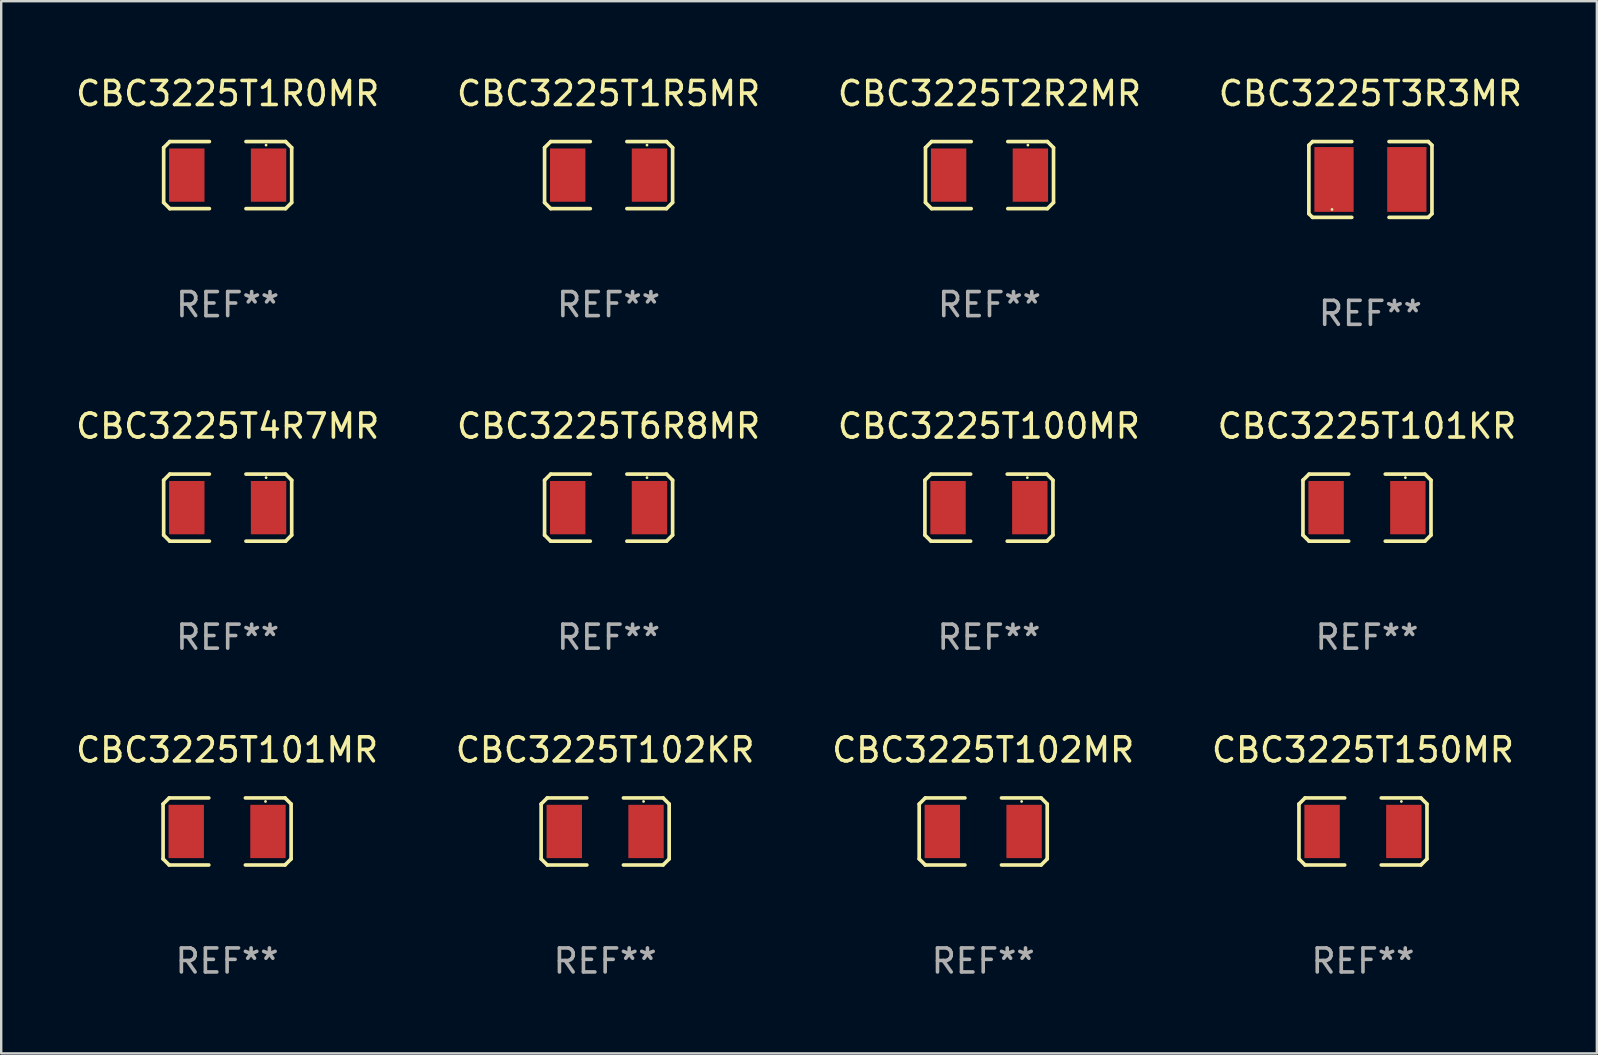
<source format=kicad_pcb>
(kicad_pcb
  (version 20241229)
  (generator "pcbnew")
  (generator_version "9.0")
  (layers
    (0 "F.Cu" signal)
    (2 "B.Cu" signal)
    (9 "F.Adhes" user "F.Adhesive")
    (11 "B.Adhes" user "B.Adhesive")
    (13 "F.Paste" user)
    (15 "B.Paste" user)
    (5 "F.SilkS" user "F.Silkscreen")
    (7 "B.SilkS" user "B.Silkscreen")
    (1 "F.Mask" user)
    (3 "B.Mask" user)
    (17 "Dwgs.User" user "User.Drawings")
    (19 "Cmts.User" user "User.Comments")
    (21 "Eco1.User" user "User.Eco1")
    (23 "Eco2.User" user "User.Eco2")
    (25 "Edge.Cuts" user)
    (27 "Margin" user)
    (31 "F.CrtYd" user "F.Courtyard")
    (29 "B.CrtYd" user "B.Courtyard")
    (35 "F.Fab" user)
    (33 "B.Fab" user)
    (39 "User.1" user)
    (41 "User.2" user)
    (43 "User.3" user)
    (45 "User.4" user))
  (footprint "CBC3225T4R7MR"
    (layer "F.Cu")
    (at 6.435 18.099)
    (property "Reference" "CBC3225T4R7MR" (at 0 -3.397 0) (layer "F.SilkS") (effects (font (size 1 1) (thickness 0.15))))
    (attr through_hole)
    (fp_line (start -2.667 -1.143) (end -2.413 -1.397) (stroke (width 0.152) (type solid)) (layer "F.SilkS"))
    (fp_line (start -2.667 1.143) (end -2.667 -1.143) (stroke (width 0.152) (type solid)) (layer "F.SilkS"))
    (fp_line (start -2.413 -1.397) (end -0.762 -1.397) (stroke (width 0.152) (type solid)) (layer "F.SilkS"))
    (fp_line (start -2.413 1.397) (end -2.667 1.143) (stroke (width 0.152) (type solid)) (layer "F.SilkS"))
    (fp_line (start -0.762 1.397) (end -2.413 1.397) (stroke (width 0.152) (type solid)) (layer "F.SilkS"))
    (fp_line (start 0.762 -1.397) (end 2.413 -1.397) (stroke (width 0.152) (type solid)) (layer "F.SilkS"))
    (fp_line (start 2.413 -1.397) (end 2.667 -1.143) (stroke (width 0.152) (type solid)) (layer "F.SilkS"))
    (fp_line (start 2.413 1.397) (end 0.762 1.397) (stroke (width 0.152) (type solid)) (layer "F.SilkS"))
    (fp_line (start 2.667 -1.143) (end 2.667 1.143) (stroke (width 0.152) (type solid)) (layer "F.SilkS"))
    (fp_line (start 2.667 1.143) (end 2.413 1.397) (stroke (width 0.152) (type solid)) (layer "F.SilkS"))
    (fp_circle (center 1.6 -1.25) (end 1.63 -1.25) (stroke (width 0.06) (type solid)) (fill no) (layer "F.SilkS"))
    (fp_text user "REF**" (at 0 5.397 0) (layer "F.Fab") (effects (font (size 1 1) (thickness 0.15))))
    (pad "1" smd rect (at 1.703 0) (size 1.474 2.22) (layers "F.Cu" "F.Mask" "F.Paste"))
    (pad "2" smd rect (at -1.703 0) (size 1.474 2.22) (layers "F.Cu" "F.Mask" "F.Paste")))
  (footprint "CBC3225T102MR"
    (layer "F.Cu")
    (at 37.911 31.589)
    (property "Reference" "CBC3225T102MR" (at 0 -3.397 0) (layer "F.SilkS") (effects (font (size 1 1) (thickness 0.15))))
    (attr through_hole)
    (fp_line (start -2.667 -1.143) (end -2.413 -1.397) (stroke (width 0.152) (type solid)) (layer "F.SilkS"))
    (fp_line (start -2.667 1.143) (end -2.667 -1.143) (stroke (width 0.152) (type solid)) (layer "F.SilkS"))
    (fp_line (start -2.413 -1.397) (end -0.762 -1.397) (stroke (width 0.152) (type solid)) (layer "F.SilkS"))
    (fp_line (start -2.413 1.397) (end -2.667 1.143) (stroke (width 0.152) (type solid)) (layer "F.SilkS"))
    (fp_line (start -0.762 1.397) (end -2.413 1.397) (stroke (width 0.152) (type solid)) (layer "F.SilkS"))
    (fp_line (start 0.762 -1.397) (end 2.413 -1.397) (stroke (width 0.152) (type solid)) (layer "F.SilkS"))
    (fp_line (start 2.413 -1.397) (end 2.667 -1.143) (stroke (width 0.152) (type solid)) (layer "F.SilkS"))
    (fp_line (start 2.413 1.397) (end 0.762 1.397) (stroke (width 0.152) (type solid)) (layer "F.SilkS"))
    (fp_line (start 2.667 -1.143) (end 2.667 1.143) (stroke (width 0.152) (type solid)) (layer "F.SilkS"))
    (fp_line (start 2.667 1.143) (end 2.413 1.397) (stroke (width 0.152) (type solid)) (layer "F.SilkS"))
    (fp_circle (center 1.6 -1.25) (end 1.63 -1.25) (stroke (width 0.06) (type solid)) (fill no) (layer "F.SilkS"))
    (fp_text user "REF**" (at 0 5.397 0) (layer "F.Fab") (effects (font (size 1 1) (thickness 0.15))))
    (pad "1" smd rect (at 1.703 0) (size 1.474 2.22) (layers "F.Cu" "F.Mask" "F.Paste"))
    (pad "2" smd rect (at -1.703 0) (size 1.474 2.22) (layers "F.Cu" "F.Mask" "F.Paste")))
  (footprint "CBC3225T1R5MR"
    (layer "F.Cu")
    (at 22.304 4.245)
    (property "Reference" "CBC3225T1R5MR" (at 0 -3.397 0) (layer "F.SilkS") (effects (font (size 1 1) (thickness 0.15))))
    (attr through_hole)
    (fp_line (start -2.667 -1.143) (end -2.413 -1.397) (stroke (width 0.152) (type solid)) (layer "F.SilkS"))
    (fp_line (start -2.667 1.143) (end -2.667 -1.143) (stroke (width 0.152) (type solid)) (layer "F.SilkS"))
    (fp_line (start -2.413 -1.397) (end -0.762 -1.397) (stroke (width 0.152) (type solid)) (layer "F.SilkS"))
    (fp_line (start -2.413 1.397) (end -2.667 1.143) (stroke (width 0.152) (type solid)) (layer "F.SilkS"))
    (fp_line (start -0.762 1.397) (end -2.413 1.397) (stroke (width 0.152) (type solid)) (layer "F.SilkS"))
    (fp_line (start 0.762 -1.397) (end 2.413 -1.397) (stroke (width 0.152) (type solid)) (layer "F.SilkS"))
    (fp_line (start 2.413 -1.397) (end 2.667 -1.143) (stroke (width 0.152) (type solid)) (layer "F.SilkS"))
    (fp_line (start 2.413 1.397) (end 0.762 1.397) (stroke (width 0.152) (type solid)) (layer "F.SilkS"))
    (fp_line (start 2.667 -1.143) (end 2.667 1.143) (stroke (width 0.152) (type solid)) (layer "F.SilkS"))
    (fp_line (start 2.667 1.143) (end 2.413 1.397) (stroke (width 0.152) (type solid)) (layer "F.SilkS"))
    (fp_circle (center 1.6 -1.25) (end 1.63 -1.25) (stroke (width 0.06) (type solid)) (fill no) (layer "F.SilkS"))
    (fp_text user "REF**" (at 0 5.397 0) (layer "F.Fab") (effects (font (size 1 1) (thickness 0.15))))
    (pad "1" smd rect (at 1.703 0) (size 1.474 2.22) (layers "F.Cu" "F.Mask" "F.Paste"))
    (pad "2" smd rect (at -1.703 0) (size 1.474 2.22) (layers "F.Cu" "F.Mask" "F.Paste")))
  (footprint "CBC3225T150MR"
    (layer "F.Cu")
    (at 53.732 31.589)
    (property "Reference" "CBC3225T150MR" (at 0 -3.397 0) (layer "F.SilkS") (effects (font (size 1 1) (thickness 0.15))))
    (attr through_hole)
    (fp_line (start -2.667 -1.143) (end -2.413 -1.397) (stroke (width 0.152) (type solid)) (layer "F.SilkS"))
    (fp_line (start -2.667 1.143) (end -2.667 -1.143) (stroke (width 0.152) (type solid)) (layer "F.SilkS"))
    (fp_line (start -2.413 -1.397) (end -0.762 -1.397) (stroke (width 0.152) (type solid)) (layer "F.SilkS"))
    (fp_line (start -2.413 1.397) (end -2.667 1.143) (stroke (width 0.152) (type solid)) (layer "F.SilkS"))
    (fp_line (start -0.762 1.397) (end -2.413 1.397) (stroke (width 0.152) (type solid)) (layer "F.SilkS"))
    (fp_line (start 0.762 -1.397) (end 2.413 -1.397) (stroke (width 0.152) (type solid)) (layer "F.SilkS"))
    (fp_line (start 2.413 -1.397) (end 2.667 -1.143) (stroke (width 0.152) (type solid)) (layer "F.SilkS"))
    (fp_line (start 2.413 1.397) (end 0.762 1.397) (stroke (width 0.152) (type solid)) (layer "F.SilkS"))
    (fp_line (start 2.667 -1.143) (end 2.667 1.143) (stroke (width 0.152) (type solid)) (layer "F.SilkS"))
    (fp_line (start 2.667 1.143) (end 2.413 1.397) (stroke (width 0.152) (type solid)) (layer "F.SilkS"))
    (fp_circle (center 1.6 -1.25) (end 1.63 -1.25) (stroke (width 0.06) (type solid)) (fill no) (layer "F.SilkS"))
    (fp_text user "REF**" (at 0 5.397 0) (layer "F.Fab") (effects (font (size 1 1) (thickness 0.15))))
    (pad "1" smd rect (at 1.703 0) (size 1.474 2.22) (layers "F.Cu" "F.Mask" "F.Paste"))
    (pad "2" smd rect (at -1.703 0) (size 1.474 2.22) (layers "F.Cu" "F.Mask" "F.Paste")))
  (footprint "CBC3225T2R2MR"
    (layer "F.Cu")
    (at 38.173 4.245)
    (property "Reference" "CBC3225T2R2MR" (at 0 -3.397 0) (layer "F.SilkS") (effects (font (size 1 1) (thickness 0.15))))
    (attr through_hole)
    (fp_line (start -2.667 -1.143) (end -2.413 -1.397) (stroke (width 0.152) (type solid)) (layer "F.SilkS"))
    (fp_line (start -2.667 1.143) (end -2.667 -1.143) (stroke (width 0.152) (type solid)) (layer "F.SilkS"))
    (fp_line (start -2.413 -1.397) (end -0.762 -1.397) (stroke (width 0.152) (type solid)) (layer "F.SilkS"))
    (fp_line (start -2.413 1.397) (end -2.667 1.143) (stroke (width 0.152) (type solid)) (layer "F.SilkS"))
    (fp_line (start -0.762 1.397) (end -2.413 1.397) (stroke (width 0.152) (type solid)) (layer "F.SilkS"))
    (fp_line (start 0.762 -1.397) (end 2.413 -1.397) (stroke (width 0.152) (type solid)) (layer "F.SilkS"))
    (fp_line (start 2.413 -1.397) (end 2.667 -1.143) (stroke (width 0.152) (type solid)) (layer "F.SilkS"))
    (fp_line (start 2.413 1.397) (end 0.762 1.397) (stroke (width 0.152) (type solid)) (layer "F.SilkS"))
    (fp_line (start 2.667 -1.143) (end 2.667 1.143) (stroke (width 0.152) (type solid)) (layer "F.SilkS"))
    (fp_line (start 2.667 1.143) (end 2.413 1.397) (stroke (width 0.152) (type solid)) (layer "F.SilkS"))
    (fp_circle (center 1.6 -1.25) (end 1.63 -1.25) (stroke (width 0.06) (type solid)) (fill no) (layer "F.SilkS"))
    (fp_text user "REF**" (at 0 5.397 0) (layer "F.Fab") (effects (font (size 1 1) (thickness 0.15))))
    (pad "1" smd rect (at 1.703 0) (size 1.474 2.22) (layers "F.Cu" "F.Mask" "F.Paste"))
    (pad "2" smd rect (at -1.703 0) (size 1.474 2.22) (layers "F.Cu" "F.Mask" "F.Paste")))
  (footprint "CBC3225T101KR"
    (layer "F.Cu")
    (at 53.899 18.099)
    (property "Reference" "CBC3225T101KR" (at 0 -3.397 0) (layer "F.SilkS") (effects (font (size 1 1) (thickness 0.15))))
    (attr through_hole)
    (fp_line (start -2.667 -1.143) (end -2.413 -1.397) (stroke (width 0.152) (type solid)) (layer "F.SilkS"))
    (fp_line (start -2.667 1.143) (end -2.667 -1.143) (stroke (width 0.152) (type solid)) (layer "F.SilkS"))
    (fp_line (start -2.413 -1.397) (end -0.762 -1.397) (stroke (width 0.152) (type solid)) (layer "F.SilkS"))
    (fp_line (start -2.413 1.397) (end -2.667 1.143) (stroke (width 0.152) (type solid)) (layer "F.SilkS"))
    (fp_line (start -0.762 1.397) (end -2.413 1.397) (stroke (width 0.152) (type solid)) (layer "F.SilkS"))
    (fp_line (start 0.762 -1.397) (end 2.413 -1.397) (stroke (width 0.152) (type solid)) (layer "F.SilkS"))
    (fp_line (start 2.413 -1.397) (end 2.667 -1.143) (stroke (width 0.152) (type solid)) (layer "F.SilkS"))
    (fp_line (start 2.413 1.397) (end 0.762 1.397) (stroke (width 0.152) (type solid)) (layer "F.SilkS"))
    (fp_line (start 2.667 -1.143) (end 2.667 1.143) (stroke (width 0.152) (type solid)) (layer "F.SilkS"))
    (fp_line (start 2.667 1.143) (end 2.413 1.397) (stroke (width 0.152) (type solid)) (layer "F.SilkS"))
    (fp_circle (center 1.6 -1.25) (end 1.63 -1.25) (stroke (width 0.06) (type solid)) (fill no) (layer "F.SilkS"))
    (fp_text user "REF**" (at 0 5.397 0) (layer "F.Fab") (effects (font (size 1 1) (thickness 0.15))))
    (pad "1" smd rect (at 1.703 0) (size 1.474 2.22) (layers "F.Cu" "F.Mask" "F.Paste"))
    (pad "2" smd rect (at -1.703 0) (size 1.474 2.22) (layers "F.Cu" "F.Mask" "F.Paste")))
  (footprint "CBC3225T102KR"
    (layer "F.Cu")
    (at 22.161 31.589)
    (property "Reference" "CBC3225T102KR" (at 0 -3.397 0) (layer "F.SilkS") (effects (font (size 1 1) (thickness 0.15))))
    (attr through_hole)
    (fp_line (start -2.667 -1.143) (end -2.413 -1.397) (stroke (width 0.152) (type solid)) (layer "F.SilkS"))
    (fp_line (start -2.667 1.143) (end -2.667 -1.143) (stroke (width 0.152) (type solid)) (layer "F.SilkS"))
    (fp_line (start -2.413 -1.397) (end -0.762 -1.397) (stroke (width 0.152) (type solid)) (layer "F.SilkS"))
    (fp_line (start -2.413 1.397) (end -2.667 1.143) (stroke (width 0.152) (type solid)) (layer "F.SilkS"))
    (fp_line (start -0.762 1.397) (end -2.413 1.397) (stroke (width 0.152) (type solid)) (layer "F.SilkS"))
    (fp_line (start 0.762 -1.397) (end 2.413 -1.397) (stroke (width 0.152) (type solid)) (layer "F.SilkS"))
    (fp_line (start 2.413 -1.397) (end 2.667 -1.143) (stroke (width 0.152) (type solid)) (layer "F.SilkS"))
    (fp_line (start 2.413 1.397) (end 0.762 1.397) (stroke (width 0.152) (type solid)) (layer "F.SilkS"))
    (fp_line (start 2.667 -1.143) (end 2.667 1.143) (stroke (width 0.152) (type solid)) (layer "F.SilkS"))
    (fp_line (start 2.667 1.143) (end 2.413 1.397) (stroke (width 0.152) (type solid)) (layer "F.SilkS"))
    (fp_circle (center 1.6 -1.25) (end 1.63 -1.25) (stroke (width 0.06) (type solid)) (fill no) (layer "F.SilkS"))
    (fp_text user "REF**" (at 0 5.397 0) (layer "F.Fab") (effects (font (size 1 1) (thickness 0.15))))
    (pad "1" smd rect (at 1.703 0) (size 1.474 2.22) (layers "F.Cu" "F.Mask" "F.Paste"))
    (pad "2" smd rect (at -1.703 0) (size 1.474 2.22) (layers "F.Cu" "F.Mask" "F.Paste")))
  (footprint "CBC3225T1R0MR"
    (layer "F.Cu")
    (at 6.435 4.245)
    (property "Reference" "CBC3225T1R0MR" (at 0 -3.397 0) (layer "F.SilkS") (effects (font (size 1 1) (thickness 0.15))))
    (attr through_hole)
    (fp_line (start -2.667 -1.143) (end -2.413 -1.397) (stroke (width 0.152) (type solid)) (layer "F.SilkS"))
    (fp_line (start -2.667 1.143) (end -2.667 -1.143) (stroke (width 0.152) (type solid)) (layer "F.SilkS"))
    (fp_line (start -2.413 -1.397) (end -0.762 -1.397) (stroke (width 0.152) (type solid)) (layer "F.SilkS"))
    (fp_line (start -2.413 1.397) (end -2.667 1.143) (stroke (width 0.152) (type solid)) (layer "F.SilkS"))
    (fp_line (start -0.762 1.397) (end -2.413 1.397) (stroke (width 0.152) (type solid)) (layer "F.SilkS"))
    (fp_line (start 0.762 -1.397) (end 2.413 -1.397) (stroke (width 0.152) (type solid)) (layer "F.SilkS"))
    (fp_line (start 2.413 -1.397) (end 2.667 -1.143) (stroke (width 0.152) (type solid)) (layer "F.SilkS"))
    (fp_line (start 2.413 1.397) (end 0.762 1.397) (stroke (width 0.152) (type solid)) (layer "F.SilkS"))
    (fp_line (start 2.667 -1.143) (end 2.667 1.143) (stroke (width 0.152) (type solid)) (layer "F.SilkS"))
    (fp_line (start 2.667 1.143) (end 2.413 1.397) (stroke (width 0.152) (type solid)) (layer "F.SilkS"))
    (fp_circle (center 1.6 -1.25) (end 1.63 -1.25) (stroke (width 0.06) (type solid)) (fill no) (layer "F.SilkS"))
    (fp_text user "REF**" (at 0 5.397 0) (layer "F.Fab") (effects (font (size 1 1) (thickness 0.15))))
    (pad "1" smd rect (at 1.703 0) (size 1.474 2.22) (layers "F.Cu" "F.Mask" "F.Paste"))
    (pad "2" smd rect (at -1.703 0) (size 1.474 2.22) (layers "F.Cu" "F.Mask" "F.Paste")))
  (footprint "CBC3225T3R3MR"
    (layer "F.Cu")
    (at 54.042 4.427)
    (property "Reference" "CBC3225T3R3MR" (at 0 -3.579 0) (layer "F.SilkS") (effects (font (size 1 1) (thickness 0.15))))
    (attr through_hole)
    (fp_line (start -2.564 -1.426) (end -2.564 1.426) (stroke (width 0.152) (type solid)) (layer "F.SilkS"))
    (fp_line (start -2.564 1.426) (end -2.411 1.579) (stroke (width 0.152) (type solid)) (layer "F.SilkS"))
    (fp_line (start -2.411 -1.579) (end -2.564 -1.426) (stroke (width 0.152) (type solid)) (layer "F.SilkS"))
    (fp_line (start -2.411 1.579) (end -0.776 1.579) (stroke (width 0.152) (type solid)) (layer "F.SilkS"))
    (fp_line (start -0.776 -1.579) (end -2.411 -1.579) (stroke (width 0.152) (type solid)) (layer "F.SilkS"))
    (fp_line (start 0.776 -1.579) (end 2.411 -1.579) (stroke (width 0.152) (type solid)) (layer "F.SilkS"))
    (fp_line (start 2.411 -1.579) (end 2.564 -1.426) (stroke (width 0.152) (type solid)) (layer "F.SilkS"))
    (fp_line (start 2.411 1.579) (end 0.776 1.579) (stroke (width 0.152) (type solid)) (layer "F.SilkS"))
    (fp_line (start 2.564 -1.426) (end 2.564 1.426) (stroke (width 0.152) (type solid)) (layer "F.SilkS"))
    (fp_line (start 2.564 1.426) (end 2.411 1.579) (stroke (width 0.152) (type solid)) (layer "F.SilkS"))
    (fp_circle (center -1.6 1.25) (end -1.57 1.25) (stroke (width 0.06) (type solid)) (fill no) (layer "F.SilkS"))
    (fp_text user "REF**" (at 0 5.579 0) (layer "F.Fab") (effects (font (size 1 1) (thickness 0.15))))
    (pad "1" smd rect (at -1.517 -0.000013) (size 1.635 2.7) (layers "F.Cu" "F.Mask" "F.Paste"))
    (pad "2" smd rect (at 1.517 -0.000013) (size 1.635 2.7) (layers "F.Cu" "F.Mask" "F.Paste")))
  (footprint "CBC3225T6R8MR"
    (layer "F.Cu")
    (at 22.304 18.099)
    (property "Reference" "CBC3225T6R8MR" (at 0 -3.397 0) (layer "F.SilkS") (effects (font (size 1 1) (thickness 0.15))))
    (attr through_hole)
    (fp_line (start -2.667 -1.143) (end -2.413 -1.397) (stroke (width 0.152) (type solid)) (layer "F.SilkS"))
    (fp_line (start -2.667 1.143) (end -2.667 -1.143) (stroke (width 0.152) (type solid)) (layer "F.SilkS"))
    (fp_line (start -2.413 -1.397) (end -0.762 -1.397) (stroke (width 0.152) (type solid)) (layer "F.SilkS"))
    (fp_line (start -2.413 1.397) (end -2.667 1.143) (stroke (width 0.152) (type solid)) (layer "F.SilkS"))
    (fp_line (start -0.762 1.397) (end -2.413 1.397) (stroke (width 0.152) (type solid)) (layer "F.SilkS"))
    (fp_line (start 0.762 -1.397) (end 2.413 -1.397) (stroke (width 0.152) (type solid)) (layer "F.SilkS"))
    (fp_line (start 2.413 -1.397) (end 2.667 -1.143) (stroke (width 0.152) (type solid)) (layer "F.SilkS"))
    (fp_line (start 2.413 1.397) (end 0.762 1.397) (stroke (width 0.152) (type solid)) (layer "F.SilkS"))
    (fp_line (start 2.667 -1.143) (end 2.667 1.143) (stroke (width 0.152) (type solid)) (layer "F.SilkS"))
    (fp_line (start 2.667 1.143) (end 2.413 1.397) (stroke (width 0.152) (type solid)) (layer "F.SilkS"))
    (fp_circle (center 1.6 -1.25) (end 1.63 -1.25) (stroke (width 0.06) (type solid)) (fill no) (layer "F.SilkS"))
    (fp_text user "REF**" (at 0 5.397 0) (layer "F.Fab") (effects (font (size 1 1) (thickness 0.15))))
    (pad "1" smd rect (at 1.703 0) (size 1.474 2.22) (layers "F.Cu" "F.Mask" "F.Paste"))
    (pad "2" smd rect (at -1.703 0) (size 1.474 2.22) (layers "F.Cu" "F.Mask" "F.Paste")))
  (footprint "CBC3225T100MR"
    (layer "F.Cu")
    (at 38.149 18.099)
    (property "Reference" "CBC3225T100MR" (at 0 -3.397 0) (layer "F.SilkS") (effects (font (size 1 1) (thickness 0.15))))
    (attr through_hole)
    (fp_line (start -2.667 -1.143) (end -2.413 -1.397) (stroke (width 0.152) (type solid)) (layer "F.SilkS"))
    (fp_line (start -2.667 1.143) (end -2.667 -1.143) (stroke (width 0.152) (type solid)) (layer "F.SilkS"))
    (fp_line (start -2.413 -1.397) (end -0.762 -1.397) (stroke (width 0.152) (type solid)) (layer "F.SilkS"))
    (fp_line (start -2.413 1.397) (end -2.667 1.143) (stroke (width 0.152) (type solid)) (layer "F.SilkS"))
    (fp_line (start -0.762 1.397) (end -2.413 1.397) (stroke (width 0.152) (type solid)) (layer "F.SilkS"))
    (fp_line (start 0.762 -1.397) (end 2.413 -1.397) (stroke (width 0.152) (type solid)) (layer "F.SilkS"))
    (fp_line (start 2.413 -1.397) (end 2.667 -1.143) (stroke (width 0.152) (type solid)) (layer "F.SilkS"))
    (fp_line (start 2.413 1.397) (end 0.762 1.397) (stroke (width 0.152) (type solid)) (layer "F.SilkS"))
    (fp_line (start 2.667 -1.143) (end 2.667 1.143) (stroke (width 0.152) (type solid)) (layer "F.SilkS"))
    (fp_line (start 2.667 1.143) (end 2.413 1.397) (stroke (width 0.152) (type solid)) (layer "F.SilkS"))
    (fp_circle (center 1.6 -1.25) (end 1.63 -1.25) (stroke (width 0.06) (type solid)) (fill no) (layer "F.SilkS"))
    (fp_text user "REF**" (at 0 5.397 0) (layer "F.Fab") (effects (font (size 1 1) (thickness 0.15))))
    (pad "1" smd rect (at 1.703 0) (size 1.474 2.22) (layers "F.Cu" "F.Mask" "F.Paste"))
    (pad "2" smd rect (at -1.703 0) (size 1.474 2.22) (layers "F.Cu" "F.Mask" "F.Paste")))
  (footprint "CBC3225T101MR"
    (layer "F.Cu")
    (at 6.411 31.589)
    (property "Reference" "CBC3225T101MR" (at 0 -3.397 0) (layer "F.SilkS") (effects (font (size 1 1) (thickness 0.15))))
    (attr through_hole)
    (fp_line (start -2.667 -1.143) (end -2.413 -1.397) (stroke (width 0.152) (type solid)) (layer "F.SilkS"))
    (fp_line (start -2.667 1.143) (end -2.667 -1.143) (stroke (width 0.152) (type solid)) (layer "F.SilkS"))
    (fp_line (start -2.413 -1.397) (end -0.762 -1.397) (stroke (width 0.152) (type solid)) (layer "F.SilkS"))
    (fp_line (start -2.413 1.397) (end -2.667 1.143) (stroke (width 0.152) (type solid)) (layer "F.SilkS"))
    (fp_line (start -0.762 1.397) (end -2.413 1.397) (stroke (width 0.152) (type solid)) (layer "F.SilkS"))
    (fp_line (start 0.762 -1.397) (end 2.413 -1.397) (stroke (width 0.152) (type solid)) (layer "F.SilkS"))
    (fp_line (start 2.413 -1.397) (end 2.667 -1.143) (stroke (width 0.152) (type solid)) (layer "F.SilkS"))
    (fp_line (start 2.413 1.397) (end 0.762 1.397) (stroke (width 0.152) (type solid)) (layer "F.SilkS"))
    (fp_line (start 2.667 -1.143) (end 2.667 1.143) (stroke (width 0.152) (type solid)) (layer "F.SilkS"))
    (fp_line (start 2.667 1.143) (end 2.413 1.397) (stroke (width 0.152) (type solid)) (layer "F.SilkS"))
    (fp_circle (center 1.6 -1.25) (end 1.63 -1.25) (stroke (width 0.06) (type solid)) (fill no) (layer "F.SilkS"))
    (fp_text user "REF**" (at 0 5.397 0) (layer "F.Fab") (effects (font (size 1 1) (thickness 0.15))))
    (pad "1" smd rect (at 1.703 0) (size 1.474 2.22) (layers "F.Cu" "F.Mask" "F.Paste"))
    (pad "2" smd rect (at -1.703 0) (size 1.474 2.22) (layers "F.Cu" "F.Mask" "F.Paste")))
  (gr_rect
    (start -3 -3)
    (end 63.476 40.835)
    (stroke (width 0.1) (type default))
    (fill no)
    (layer "Edge.Cuts")))
</source>
